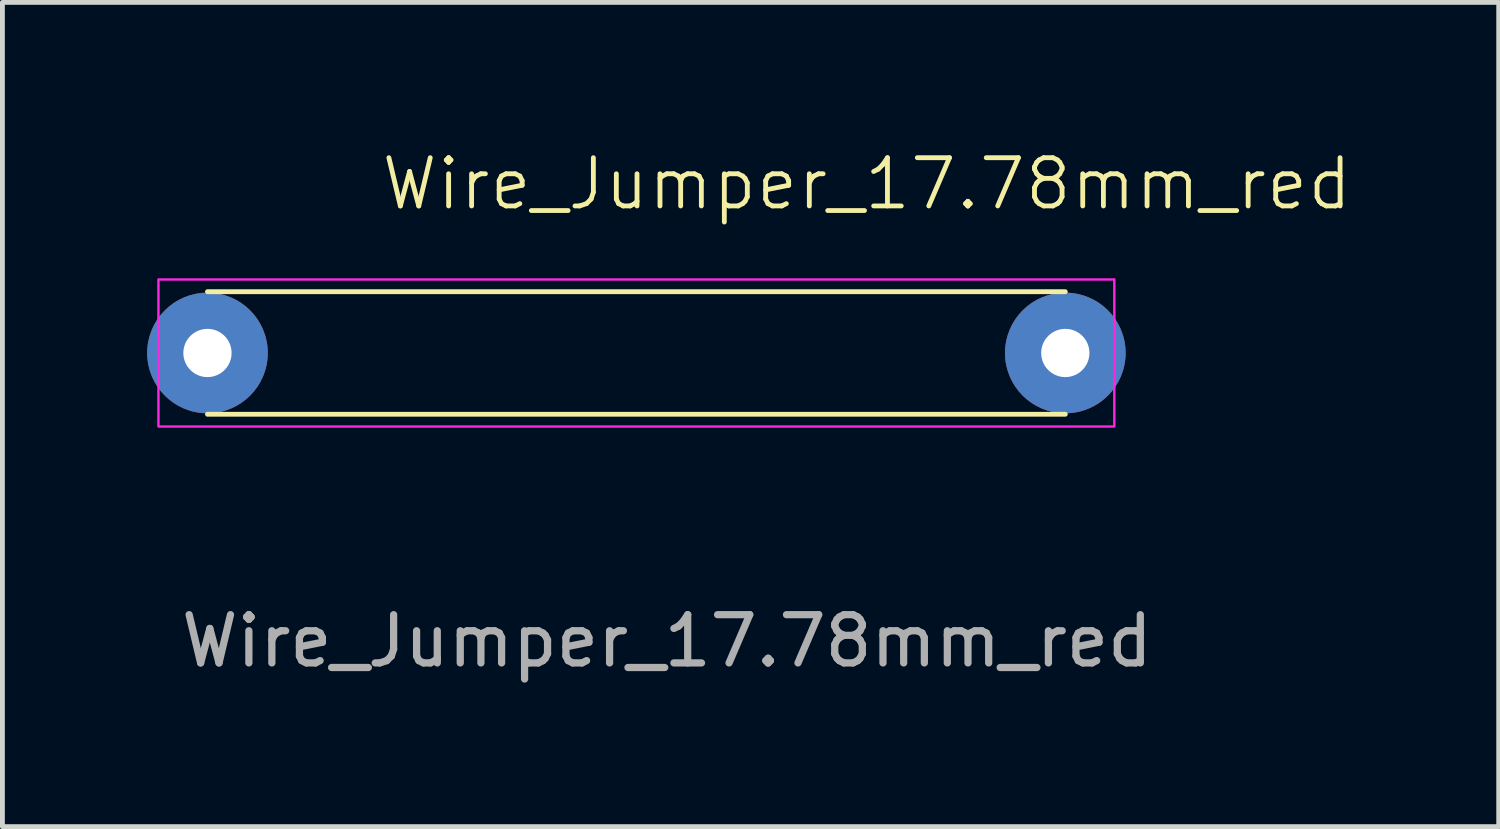
<source format=kicad_pcb>
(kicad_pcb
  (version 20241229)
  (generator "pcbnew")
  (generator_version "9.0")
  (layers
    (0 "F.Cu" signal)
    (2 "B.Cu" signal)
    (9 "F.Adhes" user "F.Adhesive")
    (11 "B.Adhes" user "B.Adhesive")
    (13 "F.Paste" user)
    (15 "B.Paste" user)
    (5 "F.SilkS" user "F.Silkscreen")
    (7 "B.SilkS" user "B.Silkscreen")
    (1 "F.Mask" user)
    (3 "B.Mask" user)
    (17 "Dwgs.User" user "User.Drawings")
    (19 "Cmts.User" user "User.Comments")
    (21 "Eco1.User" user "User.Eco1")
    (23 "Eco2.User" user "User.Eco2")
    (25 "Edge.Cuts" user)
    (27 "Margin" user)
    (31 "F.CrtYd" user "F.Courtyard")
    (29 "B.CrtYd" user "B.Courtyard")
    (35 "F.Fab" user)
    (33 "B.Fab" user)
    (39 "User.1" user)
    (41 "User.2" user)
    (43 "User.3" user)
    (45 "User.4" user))
  (footprint "Wire_Jumper_17.78mm_red"
    (layer "F.Cu")
    (at 1.25 4.266)
    (property "Reference" "Wire_Jumper_17.78mm_red" (at 13.665 -3.505 0) (unlocked yes) (layer "F.SilkS") (effects (font (size 1 1) (thickness 0.1))))
    (attr through_hole)
    (fp_line (start 0 -1.27) (end 17.78 -1.27) (stroke (width 0.1) (type default)) (layer "F.SilkS"))
    (fp_line (start 0 1.27) (end 17.78 1.27) (stroke (width 0.1) (type default)) (layer "F.SilkS"))
    (fp_rect (start -1.016 -1.524) (end 18.796 1.524) (stroke (width 0.05) (type default)) (fill no) (layer "F.CrtYd"))
    (fp_text user "${REFERENCE}" (at 9.525 5.969 0) (unlocked yes) (layer "F.Fab") (effects (font (size 1 1) (thickness 0.15))))
    (pad "1" thru_hole circle (at 0 0) (size 2.5 2.5) (drill 1) (layers "*.Cu" "*.Mask"))
    (pad "2" thru_hole circle (at 17.78 0) (size 2.5 2.5) (drill 1) (layers "*.Cu" "*.Mask")))
  (gr_rect
    (start -3 -3)
    (end 28.013 14.083)
    (stroke (width 0.1) (type default))
    (fill no)
    (layer "Edge.Cuts")))
</source>
